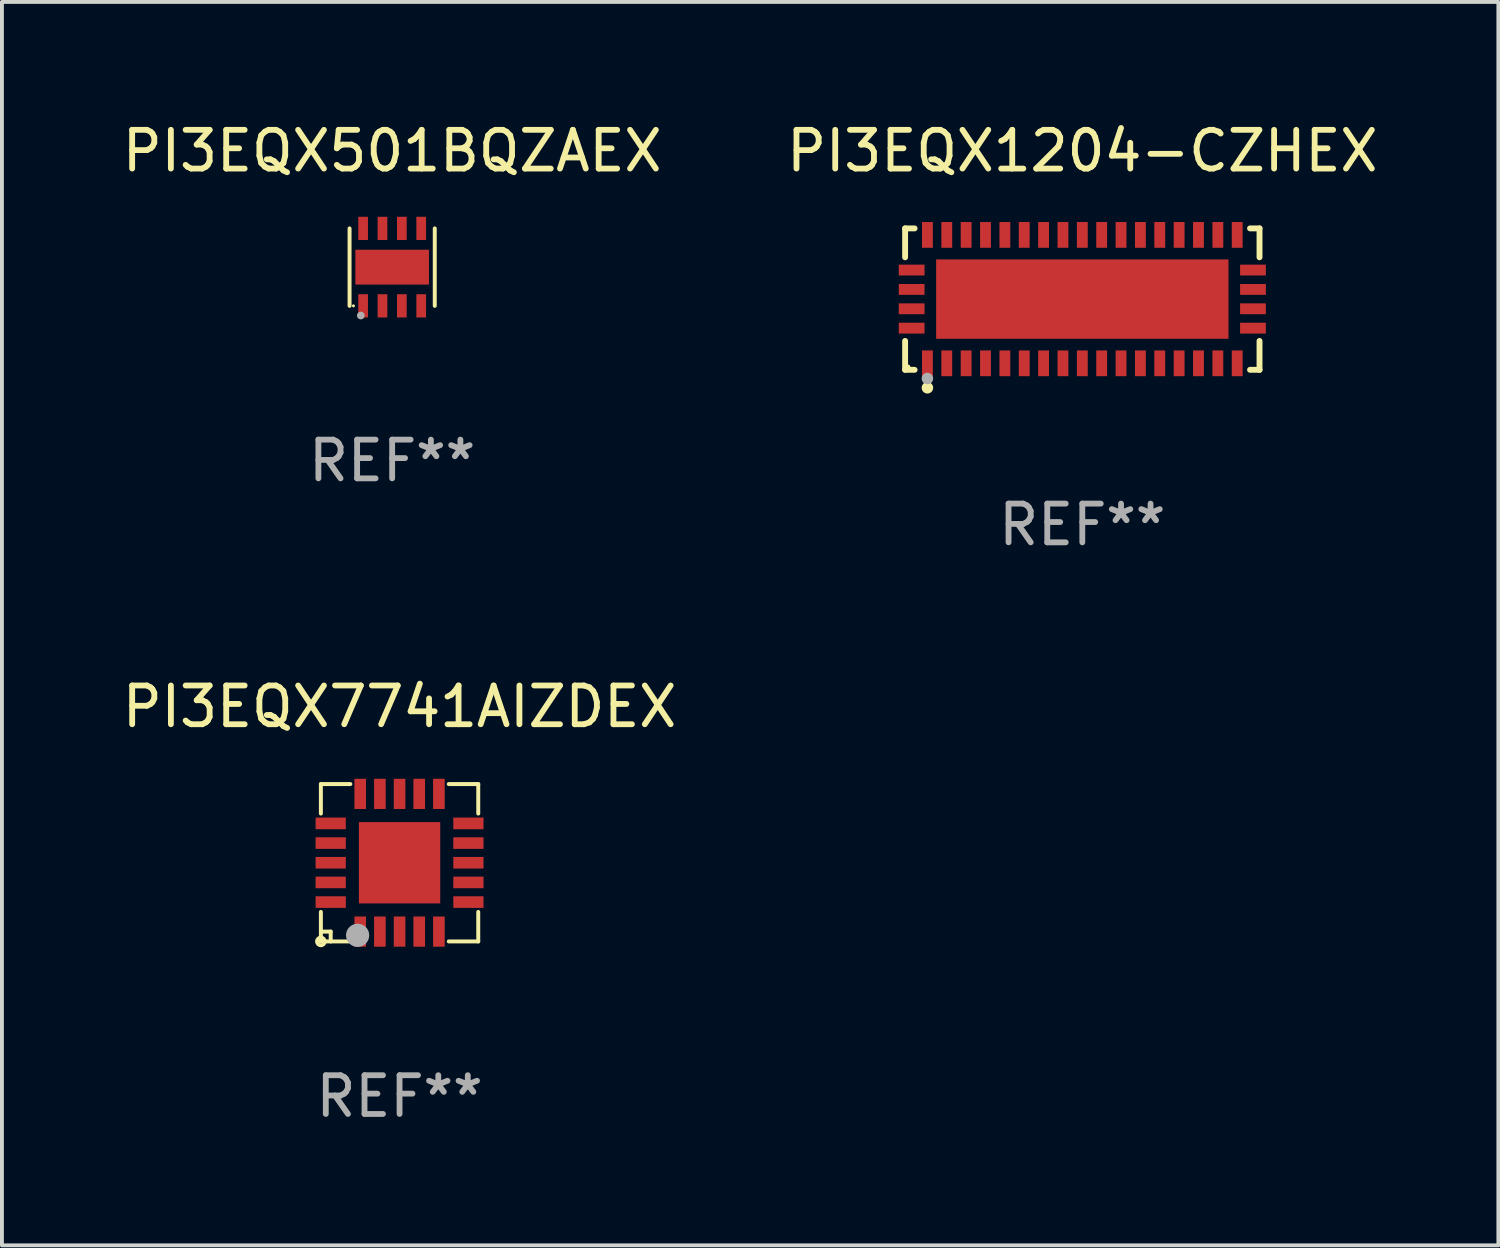
<source format=kicad_pcb>
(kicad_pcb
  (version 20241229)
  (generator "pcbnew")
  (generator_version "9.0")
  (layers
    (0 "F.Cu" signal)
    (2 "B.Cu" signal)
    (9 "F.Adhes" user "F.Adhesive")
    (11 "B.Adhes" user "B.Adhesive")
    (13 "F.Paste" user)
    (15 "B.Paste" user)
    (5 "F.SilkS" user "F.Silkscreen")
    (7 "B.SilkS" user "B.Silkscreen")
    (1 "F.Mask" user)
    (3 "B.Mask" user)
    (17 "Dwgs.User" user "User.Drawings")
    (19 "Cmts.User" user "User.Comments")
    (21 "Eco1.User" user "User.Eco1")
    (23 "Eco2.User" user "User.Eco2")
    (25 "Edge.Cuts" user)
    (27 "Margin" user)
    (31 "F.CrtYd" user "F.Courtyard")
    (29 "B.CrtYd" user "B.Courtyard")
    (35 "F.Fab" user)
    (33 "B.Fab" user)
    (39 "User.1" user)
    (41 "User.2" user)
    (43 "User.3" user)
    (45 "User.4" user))
  (footprint "PI3EQX501BQZAEX"
    (layer "F.Cu")
    (at 7.077 3.848)
    (property "Reference" "PI3EQX501BQZAEX" (at 0 -3 0) (layer "F.SilkS") (effects (font (size 1 1) (thickness 0.15))))
    (attr through_hole)
    (fp_line (start -1.1 1) (end -1.1 -1) (stroke (width 0.102) (type solid)) (layer "F.SilkS"))
    (fp_line (start 1.1 1) (end 1.1 -1) (stroke (width 0.102) (type solid)) (layer "F.SilkS"))
    (fp_circle (center -1 1) (end -0.98 1) (stroke (width 0.04) (type solid)) (fill no) (layer "F.SilkS"))
    (fp_circle (center -0.81 1.25) (end -0.76 1.25) (stroke (width 0.1) (type solid)) (fill no) (layer "F.Fab"))
    (fp_text user "REF**" (at 0 5 0) (layer "F.Fab") (effects (font (size 1 1) (thickness 0.15))))
    (pad "1" smd rect (at -0.75 1 90) (size 0.6 0.25) (layers "F.Cu" "F.Mask" "F.Paste"))
    (pad "2" smd rect (at -0.25 1 90) (size 0.6 0.25) (layers "F.Cu" "F.Mask" "F.Paste"))
    (pad "3" smd rect (at 0.25 1 90) (size 0.6 0.25) (layers "F.Cu" "F.Mask" "F.Paste"))
    (pad "4" smd rect (at 0.75 1 90) (size 0.6 0.25) (layers "F.Cu" "F.Mask" "F.Paste"))
    (pad "5" smd rect (at 0.75 -1 90) (size 0.6 0.25) (layers "F.Cu" "F.Mask" "F.Paste"))
    (pad "6" smd rect (at 0.25 -1 90) (size 0.6 0.25) (layers "F.Cu" "F.Mask" "F.Paste"))
    (pad "7" smd rect (at -0.25 -1 90) (size 0.6 0.25) (layers "F.Cu" "F.Mask" "F.Paste"))
    (pad "8" smd rect (at -0.75 -1 90) (size 0.6 0.25) (layers "F.Cu" "F.Mask" "F.Paste"))
    (pad "9" smd rect (at -0.000127 0.001 180) (size 1.9 0.9) (layers "F.Cu" "F.Mask" "F.Paste")))
  (footprint "PI3EQX7741AIZDEX"
    (layer "F.Cu")
    (at 7.268 19.229)
    (property "Reference" "PI3EQX7741AIZDEX" (at 0 -4.032 0) (layer "F.SilkS") (effects (font (size 1 1) (thickness 0.15))))
    (attr through_hole)
    (fp_line (start -2.032 -2.032) (end -1.27 -2.032) (stroke (width 0.102) (type solid)) (layer "F.SilkS"))
    (fp_line (start -2.032 -1.27) (end -2.032 -2.032) (stroke (width 0.102) (type solid)) (layer "F.SilkS"))
    (fp_line (start -2.032 1.778) (end -1.778 1.778) (stroke (width 0.102) (type solid)) (layer "F.SilkS"))
    (fp_line (start -2.032 2.032) (end -2.032 1.27) (stroke (width 0.102) (type solid)) (layer "F.SilkS"))
    (fp_line (start -1.778 1.778) (end -1.778 2.032) (stroke (width 0.102) (type solid)) (layer "F.SilkS"))
    (fp_line (start -1.27 2.032) (end -2.032 2.032) (stroke (width 0.102) (type solid)) (layer "F.SilkS"))
    (fp_line (start 1.27 -2.032) (end 2.032 -2.032) (stroke (width 0.102) (type solid)) (layer "F.SilkS"))
    (fp_line (start 1.27 2.032) (end 2.032 2.032) (stroke (width 0.102) (type solid)) (layer "F.SilkS"))
    (fp_line (start 2.032 -2.032) (end 2.032 -1.27) (stroke (width 0.102) (type solid)) (layer "F.SilkS"))
    (fp_line (start 2.032 2.032) (end 2.032 1.27) (stroke (width 0.102) (type solid)) (layer "F.SilkS"))
    (fp_circle (center -2.032 2.032) (end -1.933 2.032) (stroke (width 0.1) (type solid)) (fill no) (layer "F.SilkS"))
    (fp_circle (center -2.002 2) (end -1.972 2) (stroke (width 0.06) (type solid)) (fill no) (layer "F.SilkS"))
    (fp_circle (center -1.083 1.874) (end -0.933 1.874) (stroke (width 0.3) (type solid)) (fill no) (layer "F.Fab"))
    (fp_text user "REF**" (at 0 6.032 0) (layer "F.Fab") (effects (font (size 1 1) (thickness 0.15))))
    (pad "1" smd rect (at -1.016 1.778 180) (size 0.3 0.78) (layers "F.Cu" "F.Mask" "F.Paste"))
    (pad "2" smd rect (at -0.508 1.778 180) (size 0.3 0.78) (layers "F.Cu" "F.Mask" "F.Paste"))
    (pad "3" smd rect (at 0.000254 1.778 180) (size 0.3 0.78) (layers "F.Cu" "F.Mask" "F.Paste"))
    (pad "4" smd rect (at 0.508 1.778 180) (size 0.3 0.78) (layers "F.Cu" "F.Mask" "F.Paste"))
    (pad "5" smd rect (at 1.016 1.778 180) (size 0.3 0.78) (layers "F.Cu" "F.Mask" "F.Paste"))
    (pad "6" smd rect (at 1.778 1.016 270) (size 0.3 0.78) (layers "F.Cu" "F.Mask" "F.Paste"))
    (pad "7" smd rect (at 1.778 0.508 270) (size 0.3 0.78) (layers "F.Cu" "F.Mask" "F.Paste"))
    (pad "8" smd rect (at 1.778 0 270) (size 0.3 0.78) (layers "F.Cu" "F.Mask" "F.Paste"))
    (pad "9" smd rect (at 1.778 -0.508 270) (size 0.3 0.78) (layers "F.Cu" "F.Mask" "F.Paste"))
    (pad "10" smd rect (at 1.778 -1.016 270) (size 0.3 0.78) (layers "F.Cu" "F.Mask" "F.Paste"))
    (pad "11" smd rect (at 1.016 -1.778) (size 0.3 0.78) (layers "F.Cu" "F.Mask" "F.Paste"))
    (pad "12" smd rect (at 0.508 -1.778) (size 0.3 0.78) (layers "F.Cu" "F.Mask" "F.Paste"))
    (pad "13" smd rect (at 0.000254 -1.778) (size 0.3 0.78) (layers "F.Cu" "F.Mask" "F.Paste"))
    (pad "14" smd rect (at -0.508 -1.778) (size 0.3 0.78) (layers "F.Cu" "F.Mask" "F.Paste"))
    (pad "15" smd rect (at -1.016 -1.778) (size 0.3 0.78) (layers "F.Cu" "F.Mask" "F.Paste"))
    (pad "16" smd rect (at -1.778 -1.016 90) (size 0.3 0.78) (layers "F.Cu" "F.Mask" "F.Paste"))
    (pad "17" smd rect (at -1.778 -0.508 90) (size 0.3 0.78) (layers "F.Cu" "F.Mask" "F.Paste"))
    (pad "18" smd rect (at -1.778 0 90) (size 0.3 0.78) (layers "F.Cu" "F.Mask" "F.Paste"))
    (pad "19" smd rect (at -1.778 0.508 90) (size 0.3 0.78) (layers "F.Cu" "F.Mask" "F.Paste"))
    (pad "20" smd rect (at -1.778 1.016 90) (size 0.3 0.78) (layers "F.Cu" "F.Mask" "F.Paste"))
    (pad "21" smd rect (at 0 0 90) (size 2.1 2.1) (layers "F.Cu" "F.Mask" "F.Paste")))
  (footprint "PI3EQX1204-CZHEX"
    (layer "F.Cu")
    (at 24.899 4.674)
    (property "Reference" "PI3EQX1204-CZHEX" (at 0 -3.826 0) (layer "F.SilkS") (effects (font (size 1 1) (thickness 0.15))))
    (attr through_hole)
    (fp_line (start -4.576 -1.826) (end -4.331 -1.826) (stroke (width 0.152) (type solid)) (layer "F.SilkS"))
    (fp_line (start -4.576 -1.08) (end -4.576 -1.826) (stroke (width 0.152) (type solid)) (layer "F.SilkS"))
    (fp_line (start -4.576 1.08) (end -4.576 1.826) (stroke (width 0.152) (type solid)) (layer "F.SilkS"))
    (fp_line (start -4.576 1.826) (end -4.331 1.826) (stroke (width 0.152) (type solid)) (layer "F.SilkS"))
    (fp_line (start 4.576 -1.826) (end 4.331 -1.826) (stroke (width 0.152) (type solid)) (layer "F.SilkS"))
    (fp_line (start 4.576 -1.08) (end 4.576 -1.826) (stroke (width 0.152) (type solid)) (layer "F.SilkS"))
    (fp_line (start 4.576 1.08) (end 4.576 1.826) (stroke (width 0.152) (type solid)) (layer "F.SilkS"))
    (fp_line (start 4.576 1.826) (end 4.331 1.826) (stroke (width 0.152) (type solid)) (layer "F.SilkS"))
    (fp_circle (center -4.5 1.75) (end -4.47 1.75) (stroke (width 0.06) (type solid)) (fill no) (layer "F.SilkS"))
    (fp_circle (center -4 2.29) (end -3.925 2.29) (stroke (width 0.15) (type solid)) (fill no) (layer "F.SilkS"))
    (fp_circle (center -4 2.05) (end -3.925 2.05) (stroke (width 0.15) (type solid)) (fill no) (layer "F.Fab"))
    (fp_text user "REF**" (at 0 5.826 0) (layer "F.Fab") (effects (font (size 1 1) (thickness 0.15))))
    (pad "1" smd rect (at -4 1.658) (size 0.28 0.665) (layers "F.Cu" "F.Mask" "F.Paste"))
    (pad "2" smd rect (at -3.5 1.658) (size 0.28 0.665) (layers "F.Cu" "F.Mask" "F.Paste"))
    (pad "3" smd rect (at -3 1.658) (size 0.28 0.665) (layers "F.Cu" "F.Mask" "F.Paste"))
    (pad "4" smd rect (at -2.5 1.658) (size 0.28 0.665) (layers "F.Cu" "F.Mask" "F.Paste"))
    (pad "5" smd rect (at -2 1.658) (size 0.28 0.665) (layers "F.Cu" "F.Mask" "F.Paste"))
    (pad "6" smd rect (at -1.5 1.658) (size 0.28 0.665) (layers "F.Cu" "F.Mask" "F.Paste"))
    (pad "7" smd rect (at -1 1.658) (size 0.28 0.665) (layers "F.Cu" "F.Mask" "F.Paste"))
    (pad "8" smd rect (at -0.5 1.658) (size 0.28 0.665) (layers "F.Cu" "F.Mask" "F.Paste"))
    (pad "9" smd rect (at 0 1.658) (size 0.28 0.665) (layers "F.Cu" "F.Mask" "F.Paste"))
    (pad "10" smd rect (at 0.5 1.658) (size 0.28 0.665) (layers "F.Cu" "F.Mask" "F.Paste"))
    (pad "11" smd rect (at 1 1.658) (size 0.28 0.665) (layers "F.Cu" "F.Mask" "F.Paste"))
    (pad "12" smd rect (at 1.5 1.658) (size 0.28 0.665) (layers "F.Cu" "F.Mask" "F.Paste"))
    (pad "13" smd rect (at 2 1.658) (size 0.28 0.665) (layers "F.Cu" "F.Mask" "F.Paste"))
    (pad "14" smd rect (at 2.5 1.658) (size 0.28 0.665) (layers "F.Cu" "F.Mask" "F.Paste"))
    (pad "15" smd rect (at 3 1.658) (size 0.28 0.665) (layers "F.Cu" "F.Mask" "F.Paste"))
    (pad "16" smd rect (at 3.5 1.658) (size 0.28 0.665) (layers "F.Cu" "F.Mask" "F.Paste"))
    (pad "17" smd rect (at 4 1.658) (size 0.28 0.665) (layers "F.Cu" "F.Mask" "F.Paste"))
    (pad "18" smd rect (at 4.407 0.75) (size 0.665 0.28) (layers "F.Cu" "F.Mask" "F.Paste"))
    (pad "19" smd rect (at 4.407 0.25) (size 0.665 0.28) (layers "F.Cu" "F.Mask" "F.Paste"))
    (pad "20" smd rect (at 4.407 -0.25) (size 0.665 0.28) (layers "F.Cu" "F.Mask" "F.Paste"))
    (pad "21" smd rect (at 4.407 -0.75) (size 0.665 0.28) (layers "F.Cu" "F.Mask" "F.Paste"))
    (pad "22" smd rect (at 4 -1.658) (size 0.28 0.665) (layers "F.Cu" "F.Mask" "F.Paste"))
    (pad "23" smd rect (at 3.5 -1.658) (size 0.28 0.665) (layers "F.Cu" "F.Mask" "F.Paste"))
    (pad "24" smd rect (at 3 -1.658) (size 0.28 0.665) (layers "F.Cu" "F.Mask" "F.Paste"))
    (pad "25" smd rect (at 2.5 -1.658) (size 0.28 0.665) (layers "F.Cu" "F.Mask" "F.Paste"))
    (pad "26" smd rect (at 2 -1.658) (size 0.28 0.665) (layers "F.Cu" "F.Mask" "F.Paste"))
    (pad "27" smd rect (at 1.5 -1.658) (size 0.28 0.665) (layers "F.Cu" "F.Mask" "F.Paste"))
    (pad "28" smd rect (at 1 -1.658) (size 0.28 0.665) (layers "F.Cu" "F.Mask" "F.Paste"))
    (pad "29" smd rect (at 0.5 -1.658) (size 0.28 0.665) (layers "F.Cu" "F.Mask" "F.Paste"))
    (pad "30" smd rect (at 0 -1.658) (size 0.28 0.665) (layers "F.Cu" "F.Mask" "F.Paste"))
    (pad "31" smd rect (at -0.5 -1.658) (size 0.28 0.665) (layers "F.Cu" "F.Mask" "F.Paste"))
    (pad "32" smd rect (at -1 -1.658) (size 0.28 0.665) (layers "F.Cu" "F.Mask" "F.Paste"))
    (pad "33" smd rect (at -1.5 -1.658) (size 0.28 0.665) (layers "F.Cu" "F.Mask" "F.Paste"))
    (pad "34" smd rect (at -2 -1.658) (size 0.28 0.665) (layers "F.Cu" "F.Mask" "F.Paste"))
    (pad "35" smd rect (at -2.5 -1.658) (size 0.28 0.665) (layers "F.Cu" "F.Mask" "F.Paste"))
    (pad "36" smd rect (at -3 -1.658) (size 0.28 0.665) (layers "F.Cu" "F.Mask" "F.Paste"))
    (pad "37" smd rect (at -3.5 -1.658) (size 0.28 0.665) (layers "F.Cu" "F.Mask" "F.Paste"))
    (pad "38" smd rect (at -4 -1.658) (size 0.28 0.665) (layers "F.Cu" "F.Mask" "F.Paste"))
    (pad "39" smd rect (at -4.407 -0.75) (size 0.665 0.28) (layers "F.Cu" "F.Mask" "F.Paste"))
    (pad "40" smd rect (at -4.407 -0.25) (size 0.665 0.28) (layers "F.Cu" "F.Mask" "F.Paste"))
    (pad "41" smd rect (at -4.407 0.25) (size 0.665 0.28) (layers "F.Cu" "F.Mask" "F.Paste"))
    (pad "42" smd rect (at -4.407 0.75) (size 0.665 0.28) (layers "F.Cu" "F.Mask" "F.Paste"))
    (pad "43" smd rect (at 0 0) (size 7.55 2.05) (layers "F.Cu" "F.Mask" "F.Paste")))
  (gr_rect
    (start -3 -3)
    (end 35.643 29.109)
    (stroke (width 0.1) (type default))
    (fill no)
    (layer "Edge.Cuts")))
</source>
